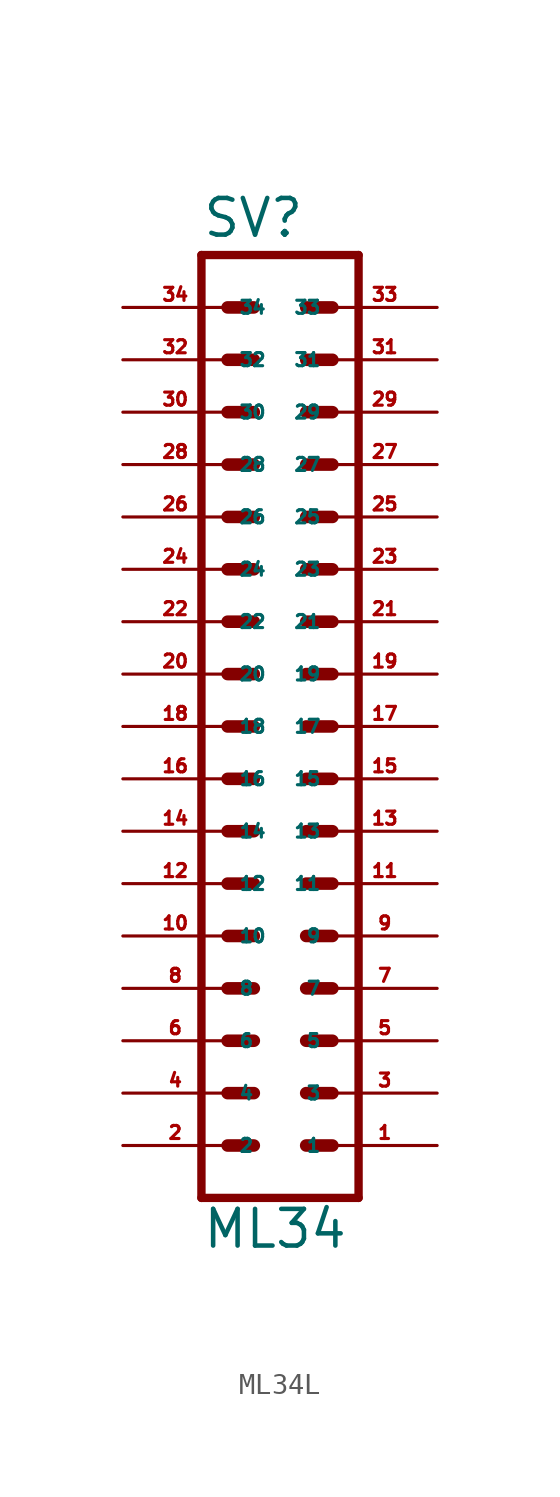
<source format=kicad_sym>
(kicad_symbol_lib
  (version 20220914)
  (generator Eagle2Kicad)
  (symbol "ML34L"
    (property "Reference" "SV"
      (at -3.81 23.622 0)
      (effects (font (size 1.778 1.778) (thickness 0.22)) (justify left bottom)))
    (property "Value" "ML34"
      (at -3.81 -25.4 0)
      (effects (font (size 1.778 1.778) (thickness 0.22)) (justify left bottom)))
    (polyline
      (pts (xy 3.81 -22.86) (xy -3.81 -22.86))
      (stroke (width 0.406) (type default))
      (fill (type none)))
    (polyline
      (pts (xy -3.81 22.86) (xy -3.81 -22.86))
      (stroke (width 0.406) (type default))
      (fill (type none)))
    (polyline
      (pts (xy -3.81 22.86) (xy 3.81 22.86))
      (stroke (width 0.406) (type default))
      (fill (type none)))
    (polyline
      (pts (xy 3.81 -22.86) (xy 3.81 22.86))
      (stroke (width 0.406) (type default))
      (fill (type none)))
    (polyline
      (pts (xy 1.27 -10.16) (xy 2.54 -10.16))
      (stroke (width 0.61) (type default))
      (fill (type none)))
    (polyline
      (pts (xy 1.27 -12.7) (xy 2.54 -12.7))
      (stroke (width 0.61) (type default))
      (fill (type none)))
    (polyline
      (pts (xy 1.27 -15.24) (xy 2.54 -15.24))
      (stroke (width 0.61) (type default))
      (fill (type none)))
    (polyline
      (pts (xy 1.27 -17.78) (xy 2.54 -17.78))
      (stroke (width 0.61) (type default))
      (fill (type none)))
    (polyline
      (pts (xy 1.27 -20.32) (xy 2.54 -20.32))
      (stroke (width 0.61) (type default))
      (fill (type none)))
    (polyline
      (pts (xy -2.54 -10.16) (xy -1.27 -10.16))
      (stroke (width 0.61) (type default))
      (fill (type none)))
    (polyline
      (pts (xy -2.54 -12.7) (xy -1.27 -12.7))
      (stroke (width 0.61) (type default))
      (fill (type none)))
    (polyline
      (pts (xy -2.54 -15.24) (xy -1.27 -15.24))
      (stroke (width 0.61) (type default))
      (fill (type none)))
    (polyline
      (pts (xy -2.54 -17.78) (xy -1.27 -17.78))
      (stroke (width 0.61) (type default))
      (fill (type none)))
    (polyline
      (pts (xy -2.54 -20.32) (xy -1.27 -20.32))
      (stroke (width 0.61) (type default))
      (fill (type none)))
    (polyline
      (pts (xy 1.27 -7.62) (xy 2.54 -7.62))
      (stroke (width 0.61) (type default))
      (fill (type none)))
    (polyline
      (pts (xy 1.27 -5.08) (xy 2.54 -5.08))
      (stroke (width 0.61) (type default))
      (fill (type none)))
    (polyline
      (pts (xy 1.27 -2.54) (xy 2.54 -2.54))
      (stroke (width 0.61) (type default))
      (fill (type none)))
    (polyline
      (pts (xy 1.27 0) (xy 2.54 0))
      (stroke (width 0.61) (type default))
      (fill (type none)))
    (polyline
      (pts (xy 1.27 2.54) (xy 2.54 2.54))
      (stroke (width 0.61) (type default))
      (fill (type none)))
    (polyline
      (pts (xy -2.54 -7.62) (xy -1.27 -7.62))
      (stroke (width 0.61) (type default))
      (fill (type none)))
    (polyline
      (pts (xy -2.54 -5.08) (xy -1.27 -5.08))
      (stroke (width 0.61) (type default))
      (fill (type none)))
    (polyline
      (pts (xy -2.54 -2.54) (xy -1.27 -2.54))
      (stroke (width 0.61) (type default))
      (fill (type none)))
    (polyline
      (pts (xy -2.54 0) (xy -1.27 0))
      (stroke (width 0.61) (type default))
      (fill (type none)))
    (polyline
      (pts (xy -2.54 2.54) (xy -1.27 2.54))
      (stroke (width 0.61) (type default))
      (fill (type none)))
    (polyline
      (pts (xy 1.27 5.08) (xy 2.54 5.08))
      (stroke (width 0.61) (type default))
      (fill (type none)))
    (polyline
      (pts (xy 1.27 7.62) (xy 2.54 7.62))
      (stroke (width 0.61) (type default))
      (fill (type none)))
    (polyline
      (pts (xy 1.27 10.16) (xy 2.54 10.16))
      (stroke (width 0.61) (type default))
      (fill (type none)))
    (polyline
      (pts (xy -2.54 5.08) (xy -1.27 5.08))
      (stroke (width 0.61) (type default))
      (fill (type none)))
    (polyline
      (pts (xy -2.54 7.62) (xy -1.27 7.62))
      (stroke (width 0.61) (type default))
      (fill (type none)))
    (polyline
      (pts (xy -2.54 10.16) (xy -1.27 10.16))
      (stroke (width 0.61) (type default))
      (fill (type none)))
    (polyline
      (pts (xy 1.27 12.7) (xy 2.54 12.7))
      (stroke (width 0.61) (type default))
      (fill (type none)))
    (polyline
      (pts (xy 1.27 15.24) (xy 2.54 15.24))
      (stroke (width 0.61) (type default))
      (fill (type none)))
    (polyline
      (pts (xy 1.27 17.78) (xy 2.54 17.78))
      (stroke (width 0.61) (type default))
      (fill (type none)))
    (polyline
      (pts (xy 1.27 20.32) (xy 2.54 20.32))
      (stroke (width 0.61) (type default))
      (fill (type none)))
    (polyline
      (pts (xy -2.54 12.7) (xy -1.27 12.7))
      (stroke (width 0.61) (type default))
      (fill (type none)))
    (polyline
      (pts (xy -2.54 15.24) (xy -1.27 15.24))
      (stroke (width 0.61) (type default))
      (fill (type none)))
    (polyline
      (pts (xy -2.54 17.78) (xy -1.27 17.78))
      (stroke (width 0.61) (type default))
      (fill (type none)))
    (polyline
      (pts (xy -2.54 20.32) (xy -1.27 20.32))
      (stroke (width 0.61) (type default))
      (fill (type none)))
    (pin passive line
      (at 7.62 -20.32 180)
      (length 5.08)
      (name "1" (effects (font (size 0.635 0.635) (thickness 0.08)) (justify left bottom)))
      (number "1" (effects (font (size 0.635 0.635) (thickness 0.08)) (justify left bottom))))
    (pin passive line
      (at 7.62 -17.78 180)
      (length 5.08)
      (name "3" (effects (font (size 0.635 0.635) (thickness 0.08)) (justify left bottom)))
      (number "3" (effects (font (size 0.635 0.635) (thickness 0.08)) (justify left bottom))))
    (pin passive line
      (at 7.62 -15.24 180)
      (length 5.08)
      (name "5" (effects (font (size 0.635 0.635) (thickness 0.08)) (justify left bottom)))
      (number "5" (effects (font (size 0.635 0.635) (thickness 0.08)) (justify left bottom))))
    (pin passive line
      (at 7.62 -12.7 180)
      (length 5.08)
      (name "7" (effects (font (size 0.635 0.635) (thickness 0.08)) (justify left bottom)))
      (number "7" (effects (font (size 0.635 0.635) (thickness 0.08)) (justify left bottom))))
    (pin passive line
      (at 7.62 -10.16 180)
      (length 5.08)
      (name "9" (effects (font (size 0.635 0.635) (thickness 0.08)) (justify left bottom)))
      (number "9" (effects (font (size 0.635 0.635) (thickness 0.08)) (justify left bottom))))
    (pin passive line
      (at 7.62 -7.62 180)
      (length 5.08)
      (name "11" (effects (font (size 0.635 0.635) (thickness 0.08)) (justify left bottom)))
      (number "11" (effects (font (size 0.635 0.635) (thickness 0.08)) (justify left bottom))))
    (pin passive line
      (at 7.62 -5.08 180)
      (length 5.08)
      (name "13" (effects (font (size 0.635 0.635) (thickness 0.08)) (justify left bottom)))
      (number "13" (effects (font (size 0.635 0.635) (thickness 0.08)) (justify left bottom))))
    (pin passive line
      (at 7.62 -2.54 180)
      (length 5.08)
      (name "15" (effects (font (size 0.635 0.635) (thickness 0.08)) (justify left bottom)))
      (number "15" (effects (font (size 0.635 0.635) (thickness 0.08)) (justify left bottom))))
    (pin passive line
      (at 7.62 0 180)
      (length 5.08)
      (name "17" (effects (font (size 0.635 0.635) (thickness 0.08)) (justify left bottom)))
      (number "17" (effects (font (size 0.635 0.635) (thickness 0.08)) (justify left bottom))))
    (pin passive line
      (at 7.62 2.54 180)
      (length 5.08)
      (name "19" (effects (font (size 0.635 0.635) (thickness 0.08)) (justify left bottom)))
      (number "19" (effects (font (size 0.635 0.635) (thickness 0.08)) (justify left bottom))))
    (pin passive line
      (at 7.62 5.08 180)
      (length 5.08)
      (name "21" (effects (font (size 0.635 0.635) (thickness 0.08)) (justify left bottom)))
      (number "21" (effects (font (size 0.635 0.635) (thickness 0.08)) (justify left bottom))))
    (pin passive line
      (at 7.62 7.62 180)
      (length 5.08)
      (name "23" (effects (font (size 0.635 0.635) (thickness 0.08)) (justify left bottom)))
      (number "23" (effects (font (size 0.635 0.635) (thickness 0.08)) (justify left bottom))))
    (pin passive line
      (at 7.62 10.16 180)
      (length 5.08)
      (name "25" (effects (font (size 0.635 0.635) (thickness 0.08)) (justify left bottom)))
      (number "25" (effects (font (size 0.635 0.635) (thickness 0.08)) (justify left bottom))))
    (pin passive line
      (at 7.62 12.7 180)
      (length 5.08)
      (name "27" (effects (font (size 0.635 0.635) (thickness 0.08)) (justify left bottom)))
      (number "27" (effects (font (size 0.635 0.635) (thickness 0.08)) (justify left bottom))))
    (pin passive line
      (at 7.62 15.24 180)
      (length 5.08)
      (name "29" (effects (font (size 0.635 0.635) (thickness 0.08)) (justify left bottom)))
      (number "29" (effects (font (size 0.635 0.635) (thickness 0.08)) (justify left bottom))))
    (pin passive line
      (at 7.62 17.78 180)
      (length 5.08)
      (name "31" (effects (font (size 0.635 0.635) (thickness 0.08)) (justify left bottom)))
      (number "31" (effects (font (size 0.635 0.635) (thickness 0.08)) (justify left bottom))))
    (pin passive line
      (at 7.62 20.32 180)
      (length 5.08)
      (name "33" (effects (font (size 0.635 0.635) (thickness 0.08)) (justify left bottom)))
      (number "33" (effects (font (size 0.635 0.635) (thickness 0.08)) (justify left bottom))))
    (pin passive line
      (at -7.62 -20.32 0)
      (length 5.08)
      (name "2" (effects (font (size 0.635 0.635) (thickness 0.08)) (justify left bottom)))
      (number "2" (effects (font (size 0.635 0.635) (thickness 0.08)) (justify left bottom))))
    (pin passive line
      (at -7.62 -17.78 0)
      (length 5.08)
      (name "4" (effects (font (size 0.635 0.635) (thickness 0.08)) (justify left bottom)))
      (number "4" (effects (font (size 0.635 0.635) (thickness 0.08)) (justify left bottom))))
    (pin passive line
      (at -7.62 -15.24 0)
      (length 5.08)
      (name "6" (effects (font (size 0.635 0.635) (thickness 0.08)) (justify left bottom)))
      (number "6" (effects (font (size 0.635 0.635) (thickness 0.08)) (justify left bottom))))
    (pin passive line
      (at -7.62 -12.7 0)
      (length 5.08)
      (name "8" (effects (font (size 0.635 0.635) (thickness 0.08)) (justify left bottom)))
      (number "8" (effects (font (size 0.635 0.635) (thickness 0.08)) (justify left bottom))))
    (pin passive line
      (at -7.62 -10.16 0)
      (length 5.08)
      (name "10" (effects (font (size 0.635 0.635) (thickness 0.08)) (justify left bottom)))
      (number "10" (effects (font (size 0.635 0.635) (thickness 0.08)) (justify left bottom))))
    (pin passive line
      (at -7.62 -7.62 0)
      (length 5.08)
      (name "12" (effects (font (size 0.635 0.635) (thickness 0.08)) (justify left bottom)))
      (number "12" (effects (font (size 0.635 0.635) (thickness 0.08)) (justify left bottom))))
    (pin passive line
      (at -7.62 -5.08 0)
      (length 5.08)
      (name "14" (effects (font (size 0.635 0.635) (thickness 0.08)) (justify left bottom)))
      (number "14" (effects (font (size 0.635 0.635) (thickness 0.08)) (justify left bottom))))
    (pin passive line
      (at -7.62 -2.54 0)
      (length 5.08)
      (name "16" (effects (font (size 0.635 0.635) (thickness 0.08)) (justify left bottom)))
      (number "16" (effects (font (size 0.635 0.635) (thickness 0.08)) (justify left bottom))))
    (pin passive line
      (at -7.62 0 0)
      (length 5.08)
      (name "18" (effects (font (size 0.635 0.635) (thickness 0.08)) (justify left bottom)))
      (number "18" (effects (font (size 0.635 0.635) (thickness 0.08)) (justify left bottom))))
    (pin passive line
      (at -7.62 2.54 0)
      (length 5.08)
      (name "20" (effects (font (size 0.635 0.635) (thickness 0.08)) (justify left bottom)))
      (number "20" (effects (font (size 0.635 0.635) (thickness 0.08)) (justify left bottom))))
    (pin passive line
      (at -7.62 5.08 0)
      (length 5.08)
      (name "22" (effects (font (size 0.635 0.635) (thickness 0.08)) (justify left bottom)))
      (number "22" (effects (font (size 0.635 0.635) (thickness 0.08)) (justify left bottom))))
    (pin passive line
      (at -7.62 7.62 0)
      (length 5.08)
      (name "24" (effects (font (size 0.635 0.635) (thickness 0.08)) (justify left bottom)))
      (number "24" (effects (font (size 0.635 0.635) (thickness 0.08)) (justify left bottom))))
    (pin passive line
      (at -7.62 10.16 0)
      (length 5.08)
      (name "26" (effects (font (size 0.635 0.635) (thickness 0.08)) (justify left bottom)))
      (number "26" (effects (font (size 0.635 0.635) (thickness 0.08)) (justify left bottom))))
    (pin passive line
      (at -7.62 12.7 0)
      (length 5.08)
      (name "28" (effects (font (size 0.635 0.635) (thickness 0.08)) (justify left bottom)))
      (number "28" (effects (font (size 0.635 0.635) (thickness 0.08)) (justify left bottom))))
    (pin passive line
      (at -7.62 15.24 0)
      (length 5.08)
      (name "30" (effects (font (size 0.635 0.635) (thickness 0.08)) (justify left bottom)))
      (number "30" (effects (font (size 0.635 0.635) (thickness 0.08)) (justify left bottom))))
    (pin passive line
      (at -7.62 17.78 0)
      (length 5.08)
      (name "32" (effects (font (size 0.635 0.635) (thickness 0.08)) (justify left bottom)))
      (number "32" (effects (font (size 0.635 0.635) (thickness 0.08)) (justify left bottom))))
    (pin passive line
      (at -7.62 20.32 0)
      (length 5.08)
      (name "34" (effects (font (size 0.635 0.635) (thickness 0.08)) (justify left bottom)))
      (number "34" (effects (font (size 0.635 0.635) (thickness 0.08)) (justify left bottom))))))
</source>
